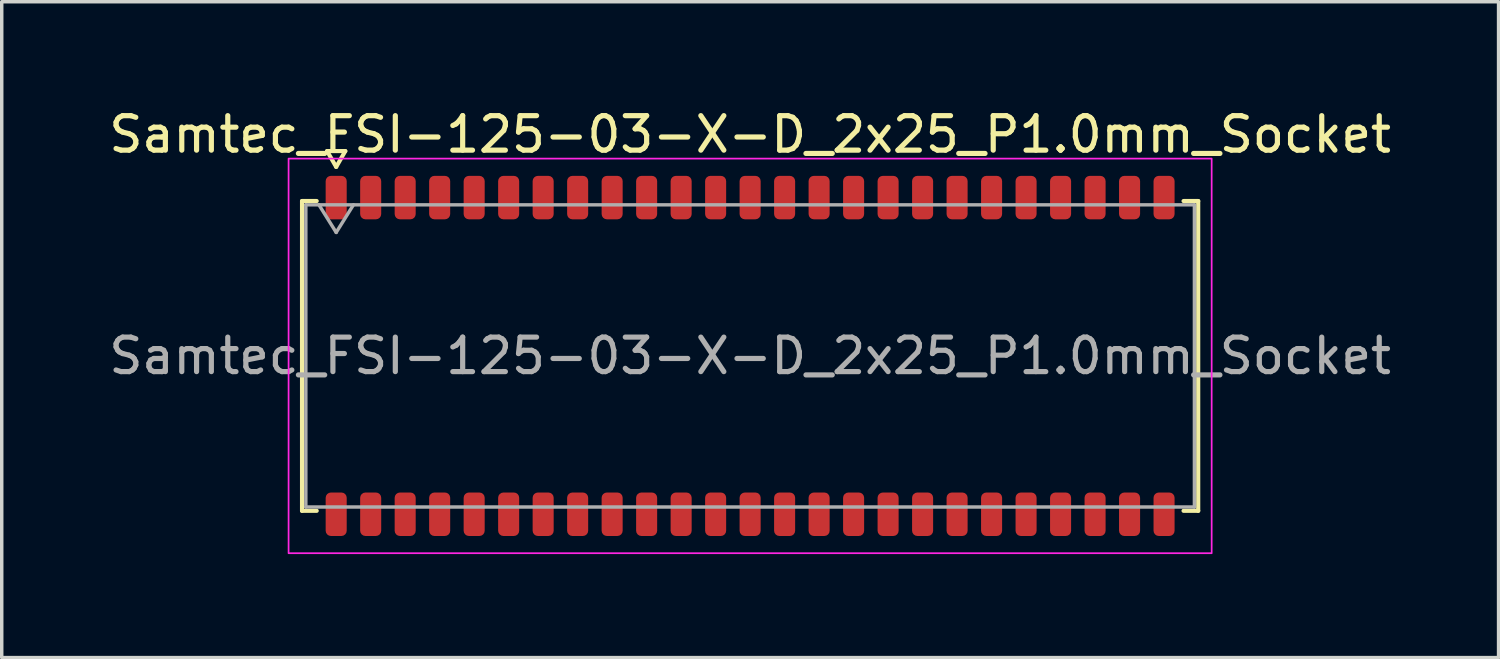
<source format=kicad_pcb>
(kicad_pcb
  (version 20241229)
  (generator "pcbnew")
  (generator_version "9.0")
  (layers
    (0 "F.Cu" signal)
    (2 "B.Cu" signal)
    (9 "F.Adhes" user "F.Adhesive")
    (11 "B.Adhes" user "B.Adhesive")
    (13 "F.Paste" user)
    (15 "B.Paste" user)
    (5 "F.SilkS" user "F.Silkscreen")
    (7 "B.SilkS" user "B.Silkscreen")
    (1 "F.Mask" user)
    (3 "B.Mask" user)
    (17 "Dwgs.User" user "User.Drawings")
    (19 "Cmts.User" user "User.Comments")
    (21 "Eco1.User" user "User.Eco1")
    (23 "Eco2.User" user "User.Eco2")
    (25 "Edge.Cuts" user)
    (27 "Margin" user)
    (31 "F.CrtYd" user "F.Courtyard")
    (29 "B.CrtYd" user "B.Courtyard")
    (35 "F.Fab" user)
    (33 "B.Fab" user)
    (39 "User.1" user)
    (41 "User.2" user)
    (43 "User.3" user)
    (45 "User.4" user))
  (footprint "Samtec_FSI-125-03-X-D_2x25_P1.0mm_Socket"
    (layer "F.Cu")
    (at 18.696 7.268)
    (property "Reference" "Samtec_FSI-125-03-X-D_2x25_P1.0mm_Socket" (at 0 -6.42 0) (layer "F.SilkS") (effects (font (size 1 1) (thickness 0.15))))
    (attr smd)
    (fp_line (start -12.99 -4.49) (end -12.565 -4.49) (stroke (width 0.12) (type solid)) (layer "F.SilkS"))
    (fp_line (start -12.99 4.49) (end -12.99 -4.49) (stroke (width 0.12) (type solid)) (layer "F.SilkS"))
    (fp_line (start -12.565 4.49) (end -12.99 4.49) (stroke (width 0.12) (type solid)) (layer "F.SilkS"))
    (fp_line (start -12.264 -5.938) (end -12 -5.48) (stroke (width 0.12) (type solid)) (layer "F.SilkS"))
    (fp_line (start -12 -5.48) (end -11.736 -5.938) (stroke (width 0.12) (type solid)) (layer "F.SilkS"))
    (fp_line (start -11.736 -5.938) (end -12.264 -5.938) (stroke (width 0.12) (type solid)) (layer "F.SilkS"))
    (fp_line (start 12.565 -4.49) (end 12.99 -4.49) (stroke (width 0.12) (type solid)) (layer "F.SilkS"))
    (fp_line (start 12.99 -4.49) (end 12.99 4.49) (stroke (width 0.12) (type solid)) (layer "F.SilkS"))
    (fp_line (start 12.99 4.49) (end 12.565 4.49) (stroke (width 0.12) (type solid)) (layer "F.SilkS"))
    (fp_rect (start -13.38 -5.72) (end 13.38 5.72) (stroke (width 0.05) (type solid)) (fill no) (layer "F.CrtYd"))
    (fp_line (start -12.88 -4.38) (end 12.88 -4.38) (stroke (width 0.1) (type solid)) (layer "F.Fab"))
    (fp_line (start -12.88 4.38) (end -12.88 -4.38) (stroke (width 0.1) (type solid)) (layer "F.Fab"))
    (fp_line (start -12.5 -4.38) (end -12 -3.58) (stroke (width 0.1) (type solid)) (layer "F.Fab"))
    (fp_line (start -12 -3.58) (end -11.5 -4.38) (stroke (width 0.1) (type solid)) (layer "F.Fab"))
    (fp_line (start 12.88 -4.38) (end 12.88 4.38) (stroke (width 0.1) (type solid)) (layer "F.Fab"))
    (fp_line (start 12.88 4.38) (end -12.88 4.38) (stroke (width 0.1) (type solid)) (layer "F.Fab"))
    (fp_text user "${REFERENCE}" (at 0 0 0) (layer "F.Fab") (effects (font (size 1 1) (thickness 0.15))))
    (pad "1" smd roundrect (at -12 -4.59) (size 0.61 1.26) (layers "F.Cu" "F.Mask" "F.Paste") (roundrect_rratio 0.25))
    (pad "2" smd roundrect (at -12 4.59) (size 0.61 1.26) (layers "F.Cu" "F.Mask" "F.Paste") (roundrect_rratio 0.25))
    (pad "3" smd roundrect (at -11 -4.59) (size 0.61 1.26) (layers "F.Cu" "F.Mask" "F.Paste") (roundrect_rratio 0.25))
    (pad "4" smd roundrect (at -11 4.59) (size 0.61 1.26) (layers "F.Cu" "F.Mask" "F.Paste") (roundrect_rratio 0.25))
    (pad "5" smd roundrect (at -10 -4.59) (size 0.61 1.26) (layers "F.Cu" "F.Mask" "F.Paste") (roundrect_rratio 0.25))
    (pad "6" smd roundrect (at -10 4.59) (size 0.61 1.26) (layers "F.Cu" "F.Mask" "F.Paste") (roundrect_rratio 0.25))
    (pad "7" smd roundrect (at -9 -4.59) (size 0.61 1.26) (layers "F.Cu" "F.Mask" "F.Paste") (roundrect_rratio 0.25))
    (pad "8" smd roundrect (at -9 4.59) (size 0.61 1.26) (layers "F.Cu" "F.Mask" "F.Paste") (roundrect_rratio 0.25))
    (pad "9" smd roundrect (at -8 -4.59) (size 0.61 1.26) (layers "F.Cu" "F.Mask" "F.Paste") (roundrect_rratio 0.25))
    (pad "10" smd roundrect (at -8 4.59) (size 0.61 1.26) (layers "F.Cu" "F.Mask" "F.Paste") (roundrect_rratio 0.25))
    (pad "11" smd roundrect (at -7 -4.59) (size 0.61 1.26) (layers "F.Cu" "F.Mask" "F.Paste") (roundrect_rratio 0.25))
    (pad "12" smd roundrect (at -7 4.59) (size 0.61 1.26) (layers "F.Cu" "F.Mask" "F.Paste") (roundrect_rratio 0.25))
    (pad "13" smd roundrect (at -6 -4.59) (size 0.61 1.26) (layers "F.Cu" "F.Mask" "F.Paste") (roundrect_rratio 0.25))
    (pad "14" smd roundrect (at -6 4.59) (size 0.61 1.26) (layers "F.Cu" "F.Mask" "F.Paste") (roundrect_rratio 0.25))
    (pad "15" smd roundrect (at -5 -4.59) (size 0.61 1.26) (layers "F.Cu" "F.Mask" "F.Paste") (roundrect_rratio 0.25))
    (pad "16" smd roundrect (at -5 4.59) (size 0.61 1.26) (layers "F.Cu" "F.Mask" "F.Paste") (roundrect_rratio 0.25))
    (pad "17" smd roundrect (at -4 -4.59) (size 0.61 1.26) (layers "F.Cu" "F.Mask" "F.Paste") (roundrect_rratio 0.25))
    (pad "18" smd roundrect (at -4 4.59) (size 0.61 1.26) (layers "F.Cu" "F.Mask" "F.Paste") (roundrect_rratio 0.25))
    (pad "19" smd roundrect (at -3 -4.59) (size 0.61 1.26) (layers "F.Cu" "F.Mask" "F.Paste") (roundrect_rratio 0.25))
    (pad "20" smd roundrect (at -3 4.59) (size 0.61 1.26) (layers "F.Cu" "F.Mask" "F.Paste") (roundrect_rratio 0.25))
    (pad "21" smd roundrect (at -2 -4.59) (size 0.61 1.26) (layers "F.Cu" "F.Mask" "F.Paste") (roundrect_rratio 0.25))
    (pad "22" smd roundrect (at -2 4.59) (size 0.61 1.26) (layers "F.Cu" "F.Mask" "F.Paste") (roundrect_rratio 0.25))
    (pad "23" smd roundrect (at -1 -4.59) (size 0.61 1.26) (layers "F.Cu" "F.Mask" "F.Paste") (roundrect_rratio 0.25))
    (pad "24" smd roundrect (at -1 4.59) (size 0.61 1.26) (layers "F.Cu" "F.Mask" "F.Paste") (roundrect_rratio 0.25))
    (pad "25" smd roundrect (at 0 -4.59) (size 0.61 1.26) (layers "F.Cu" "F.Mask" "F.Paste") (roundrect_rratio 0.25))
    (pad "26" smd roundrect (at 0 4.59) (size 0.61 1.26) (layers "F.Cu" "F.Mask" "F.Paste") (roundrect_rratio 0.25))
    (pad "27" smd roundrect (at 1 -4.59) (size 0.61 1.26) (layers "F.Cu" "F.Mask" "F.Paste") (roundrect_rratio 0.25))
    (pad "28" smd roundrect (at 1 4.59) (size 0.61 1.26) (layers "F.Cu" "F.Mask" "F.Paste") (roundrect_rratio 0.25))
    (pad "29" smd roundrect (at 2 -4.59) (size 0.61 1.26) (layers "F.Cu" "F.Mask" "F.Paste") (roundrect_rratio 0.25))
    (pad "30" smd roundrect (at 2 4.59) (size 0.61 1.26) (layers "F.Cu" "F.Mask" "F.Paste") (roundrect_rratio 0.25))
    (pad "31" smd roundrect (at 3 -4.59) (size 0.61 1.26) (layers "F.Cu" "F.Mask" "F.Paste") (roundrect_rratio 0.25))
    (pad "32" smd roundrect (at 3 4.59) (size 0.61 1.26) (layers "F.Cu" "F.Mask" "F.Paste") (roundrect_rratio 0.25))
    (pad "33" smd roundrect (at 4 -4.59) (size 0.61 1.26) (layers "F.Cu" "F.Mask" "F.Paste") (roundrect_rratio 0.25))
    (pad "34" smd roundrect (at 4 4.59) (size 0.61 1.26) (layers "F.Cu" "F.Mask" "F.Paste") (roundrect_rratio 0.25))
    (pad "35" smd roundrect (at 5 -4.59) (size 0.61 1.26) (layers "F.Cu" "F.Mask" "F.Paste") (roundrect_rratio 0.25))
    (pad "36" smd roundrect (at 5 4.59) (size 0.61 1.26) (layers "F.Cu" "F.Mask" "F.Paste") (roundrect_rratio 0.25))
    (pad "37" smd roundrect (at 6 -4.59) (size 0.61 1.26) (layers "F.Cu" "F.Mask" "F.Paste") (roundrect_rratio 0.25))
    (pad "38" smd roundrect (at 6 4.59) (size 0.61 1.26) (layers "F.Cu" "F.Mask" "F.Paste") (roundrect_rratio 0.25))
    (pad "39" smd roundrect (at 7 -4.59) (size 0.61 1.26) (layers "F.Cu" "F.Mask" "F.Paste") (roundrect_rratio 0.25))
    (pad "40" smd roundrect (at 7 4.59) (size 0.61 1.26) (layers "F.Cu" "F.Mask" "F.Paste") (roundrect_rratio 0.25))
    (pad "41" smd roundrect (at 8 -4.59) (size 0.61 1.26) (layers "F.Cu" "F.Mask" "F.Paste") (roundrect_rratio 0.25))
    (pad "42" smd roundrect (at 8 4.59) (size 0.61 1.26) (layers "F.Cu" "F.Mask" "F.Paste") (roundrect_rratio 0.25))
    (pad "43" smd roundrect (at 9 -4.59) (size 0.61 1.26) (layers "F.Cu" "F.Mask" "F.Paste") (roundrect_rratio 0.25))
    (pad "44" smd roundrect (at 9 4.59) (size 0.61 1.26) (layers "F.Cu" "F.Mask" "F.Paste") (roundrect_rratio 0.25))
    (pad "45" smd roundrect (at 10 -4.59) (size 0.61 1.26) (layers "F.Cu" "F.Mask" "F.Paste") (roundrect_rratio 0.25))
    (pad "46" smd roundrect (at 10 4.59) (size 0.61 1.26) (layers "F.Cu" "F.Mask" "F.Paste") (roundrect_rratio 0.25))
    (pad "47" smd roundrect (at 11 -4.59) (size 0.61 1.26) (layers "F.Cu" "F.Mask" "F.Paste") (roundrect_rratio 0.25))
    (pad "48" smd roundrect (at 11 4.59) (size 0.61 1.26) (layers "F.Cu" "F.Mask" "F.Paste") (roundrect_rratio 0.25))
    (pad "49" smd roundrect (at 12 -4.59) (size 0.61 1.26) (layers "F.Cu" "F.Mask" "F.Paste") (roundrect_rratio 0.25))
    (pad "50" smd roundrect (at 12 4.59) (size 0.61 1.26) (layers "F.Cu" "F.Mask" "F.Paste") (roundrect_rratio 0.25)))
  (gr_rect
    (start -3 -3)
    (end 40.393 16.013)
    (stroke (width 0.1) (type default))
    (fill no)
    (layer "Edge.Cuts")))
</source>
